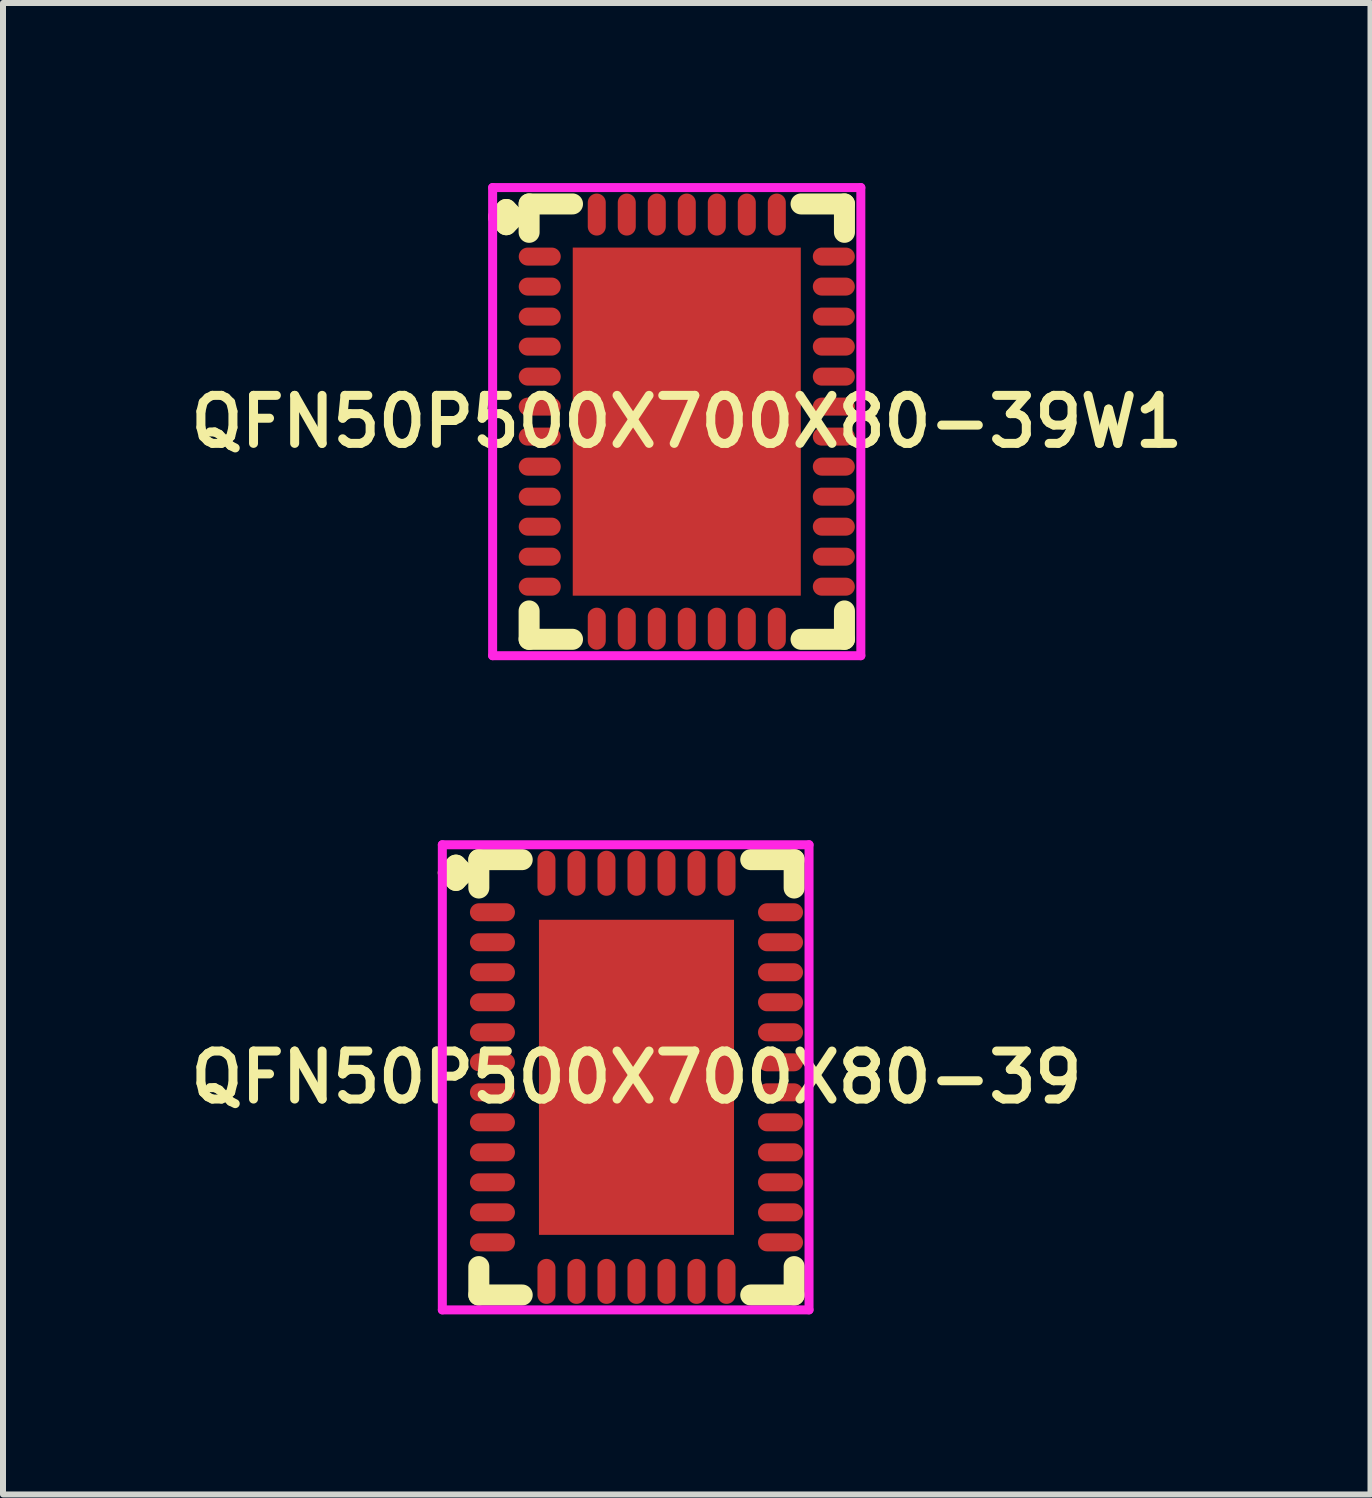
<source format=kicad_pcb>
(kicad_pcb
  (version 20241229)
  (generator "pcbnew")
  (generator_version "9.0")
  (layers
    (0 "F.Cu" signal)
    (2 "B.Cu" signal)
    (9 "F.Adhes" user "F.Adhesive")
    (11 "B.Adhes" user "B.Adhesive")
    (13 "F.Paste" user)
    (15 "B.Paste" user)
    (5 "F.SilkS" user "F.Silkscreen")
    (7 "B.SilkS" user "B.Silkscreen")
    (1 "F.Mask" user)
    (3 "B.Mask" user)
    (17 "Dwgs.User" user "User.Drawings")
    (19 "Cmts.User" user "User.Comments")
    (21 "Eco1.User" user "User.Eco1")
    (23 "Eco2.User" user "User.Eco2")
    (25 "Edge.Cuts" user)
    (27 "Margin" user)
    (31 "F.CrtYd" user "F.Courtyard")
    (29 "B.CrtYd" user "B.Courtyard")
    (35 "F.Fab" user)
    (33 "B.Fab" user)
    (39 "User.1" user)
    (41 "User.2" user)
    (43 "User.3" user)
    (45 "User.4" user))
  (footprint "QFN50P500X700X80-39W1"
    (layer "F.Cu")
    (at 8.393 3.975)
    (property "Reference" "QFN50P500X700X80-39W1" (at 0 0 0) (layer "F.SilkS") (effects (font (size 0.8 0.8) (thickness 0.15))))
    (attr through_hole)
    (fp_line (start -3.135 -3.408) (end -3.008 -3.535) (stroke (width 0.35) (type solid)) (layer "F.SilkS"))
    (fp_line (start -3.008 -3.535) (end -2.881 -3.408) (stroke (width 0.35) (type solid)) (layer "F.SilkS"))
    (fp_line (start -3.008 -3.281) (end -3.135 -3.408) (stroke (width 0.35) (type solid)) (layer "F.SilkS"))
    (fp_line (start -2.881 -3.408) (end -3.008 -3.281) (stroke (width 0.35) (type solid)) (layer "F.SilkS"))
    (fp_line (start -2.627 -3.627) (end -1.904 -3.627) (stroke (width 0.35) (type solid)) (layer "F.SilkS"))
    (fp_line (start -2.627 -3.154) (end -2.627 -3.627) (stroke (width 0.35) (type solid)) (layer "F.SilkS"))
    (fp_line (start -2.627 3.154) (end -2.627 3.627) (stroke (width 0.35) (type solid)) (layer "F.SilkS"))
    (fp_line (start -2.627 3.627) (end -1.904 3.627) (stroke (width 0.35) (type solid)) (layer "F.SilkS"))
    (fp_line (start 1.904 -3.627) (end 2.627 -3.627) (stroke (width 0.35) (type solid)) (layer "F.SilkS"))
    (fp_line (start 1.904 3.627) (end 2.627 3.627) (stroke (width 0.35) (type solid)) (layer "F.SilkS"))
    (fp_line (start 2.627 -3.627) (end 2.627 -3.154) (stroke (width 0.35) (type solid)) (layer "F.SilkS"))
    (fp_line (start 2.627 3.627) (end 2.627 3.154) (stroke (width 0.35) (type solid)) (layer "F.SilkS"))
    (fp_line (start -3.235 -3.9) (end 2.9 -3.9) (stroke (width 0.15) (type solid)) (layer "F.CrtYd"))
    (fp_line (start -3.235 3.9) (end -3.235 -3.9) (stroke (width 0.15) (type solid)) (layer "F.CrtYd"))
    (fp_line (start 2.9 -3.9) (end 2.9 3.9) (stroke (width 0.15) (type solid)) (layer "F.CrtYd"))
    (fp_line (start 2.9 3.9) (end -3.235 3.9) (stroke (width 0.15) (type solid)) (layer "F.CrtYd"))
    (pad "1" smd oval (at -2.45 -2.75) (size 0.7 0.3) (layers "F.Cu" "F.Mask" "F.Paste"))
    (pad "2" smd oval (at -2.45 -2.25) (size 0.7 0.3) (layers "F.Cu" "F.Mask" "F.Paste"))
    (pad "3" smd oval (at -2.45 -1.75) (size 0.7 0.3) (layers "F.Cu" "F.Mask" "F.Paste"))
    (pad "4" smd oval (at -2.45 -1.25) (size 0.7 0.3) (layers "F.Cu" "F.Mask" "F.Paste"))
    (pad "5" smd oval (at -2.45 -0.75) (size 0.7 0.3) (layers "F.Cu" "F.Mask" "F.Paste"))
    (pad "6" smd oval (at -2.45 -0.25) (size 0.7 0.3) (layers "F.Cu" "F.Mask" "F.Paste"))
    (pad "7" smd oval (at -2.45 0.25) (size 0.7 0.3) (layers "F.Cu" "F.Mask" "F.Paste"))
    (pad "8" smd oval (at -2.45 0.75) (size 0.7 0.3) (layers "F.Cu" "F.Mask" "F.Paste"))
    (pad "9" smd oval (at -2.45 1.25) (size 0.7 0.3) (layers "F.Cu" "F.Mask" "F.Paste"))
    (pad "10" smd oval (at -2.45 1.75) (size 0.7 0.3) (layers "F.Cu" "F.Mask" "F.Paste"))
    (pad "11" smd oval (at -2.45 2.25) (size 0.7 0.3) (layers "F.Cu" "F.Mask" "F.Paste"))
    (pad "12" smd oval (at -2.45 2.75) (size 0.7 0.3) (layers "F.Cu" "F.Mask" "F.Paste"))
    (pad "13" smd oval (at -1.5 3.45) (size 0.3 0.7) (layers "F.Cu" "F.Mask" "F.Paste"))
    (pad "14" smd oval (at -1 3.45) (size 0.3 0.7) (layers "F.Cu" "F.Mask" "F.Paste"))
    (pad "15" smd oval (at -0.5 3.45) (size 0.3 0.7) (layers "F.Cu" "F.Mask" "F.Paste"))
    (pad "16" smd oval (at 0 3.45) (size 0.3 0.7) (layers "F.Cu" "F.Mask" "F.Paste"))
    (pad "17" smd oval (at 0.5 3.45) (size 0.3 0.7) (layers "F.Cu" "F.Mask" "F.Paste"))
    (pad "18" smd oval (at 1 3.45) (size 0.3 0.7) (layers "F.Cu" "F.Mask" "F.Paste"))
    (pad "19" smd oval (at 1.5 3.45) (size 0.3 0.7) (layers "F.Cu" "F.Mask" "F.Paste"))
    (pad "20" smd oval (at 2.45 2.75) (size 0.7 0.3) (layers "F.Cu" "F.Mask" "F.Paste"))
    (pad "21" smd oval (at 2.45 2.25) (size 0.7 0.3) (layers "F.Cu" "F.Mask" "F.Paste"))
    (pad "22" smd oval (at 2.45 1.75) (size 0.7 0.3) (layers "F.Cu" "F.Mask" "F.Paste"))
    (pad "23" smd oval (at 2.45 1.25) (size 0.7 0.3) (layers "F.Cu" "F.Mask" "F.Paste"))
    (pad "24" smd oval (at 2.45 0.75) (size 0.7 0.3) (layers "F.Cu" "F.Mask" "F.Paste"))
    (pad "25" smd oval (at 2.45 0.25) (size 0.7 0.3) (layers "F.Cu" "F.Mask" "F.Paste"))
    (pad "26" smd oval (at 2.45 -0.25) (size 0.7 0.3) (layers "F.Cu" "F.Mask" "F.Paste"))
    (pad "27" smd oval (at 2.45 -0.75) (size 0.7 0.3) (layers "F.Cu" "F.Mask" "F.Paste"))
    (pad "28" smd oval (at 2.45 -1.25) (size 0.7 0.3) (layers "F.Cu" "F.Mask" "F.Paste"))
    (pad "29" smd oval (at 2.45 -1.75) (size 0.7 0.3) (layers "F.Cu" "F.Mask" "F.Paste"))
    (pad "30" smd oval (at 2.45 -2.25) (size 0.7 0.3) (layers "F.Cu" "F.Mask" "F.Paste"))
    (pad "31" smd oval (at 2.45 -2.75) (size 0.7 0.3) (layers "F.Cu" "F.Mask" "F.Paste"))
    (pad "32" smd oval (at 1.5 -3.45) (size 0.3 0.7) (layers "F.Cu" "F.Mask" "F.Paste"))
    (pad "33" smd oval (at 1 -3.45) (size 0.3 0.7) (layers "F.Cu" "F.Mask" "F.Paste"))
    (pad "34" smd oval (at 0.5 -3.45) (size 0.3 0.7) (layers "F.Cu" "F.Mask" "F.Paste"))
    (pad "35" smd oval (at 0 -3.45) (size 0.3 0.7) (layers "F.Cu" "F.Mask" "F.Paste"))
    (pad "36" smd oval (at -0.5 -3.45) (size 0.3 0.7) (layers "F.Cu" "F.Mask" "F.Paste"))
    (pad "37" smd oval (at -1 -3.45) (size 0.3 0.7) (layers "F.Cu" "F.Mask" "F.Paste"))
    (pad "38" smd oval (at -1.5 -3.45) (size 0.3 0.7) (layers "F.Cu" "F.Mask" "F.Paste"))
    (pad "39" smd rect (at 0 0) (size 3.8 5.8) (layers "F.Cu" "F.Mask" "F.Paste")))
  (footprint "QFN50P500X700X80-39"
    (layer "F.Cu")
    (at 7.555 14.9)
    (property "Reference" "QFN50P500X700X80-39" (at 0 0 0) (layer "F.SilkS") (effects (font (size 0.8 0.8) (thickness 0.15))))
    (attr through_hole)
    (fp_line (start -3.135 -3.408) (end -3.008 -3.535) (stroke (width 0.35) (type solid)) (layer "F.SilkS"))
    (fp_line (start -3.008 -3.535) (end -2.881 -3.408) (stroke (width 0.35) (type solid)) (layer "F.SilkS"))
    (fp_line (start -3.008 -3.281) (end -3.135 -3.408) (stroke (width 0.35) (type solid)) (layer "F.SilkS"))
    (fp_line (start -2.881 -3.408) (end -3.008 -3.281) (stroke (width 0.35) (type solid)) (layer "F.SilkS"))
    (fp_line (start -2.627 -3.627) (end -1.904 -3.627) (stroke (width 0.35) (type solid)) (layer "F.SilkS"))
    (fp_line (start -2.627 -3.154) (end -2.627 -3.627) (stroke (width 0.35) (type solid)) (layer "F.SilkS"))
    (fp_line (start -2.627 3.154) (end -2.627 3.627) (stroke (width 0.35) (type solid)) (layer "F.SilkS"))
    (fp_line (start -2.627 3.627) (end -1.904 3.627) (stroke (width 0.35) (type solid)) (layer "F.SilkS"))
    (fp_line (start 1.904 -3.627) (end 2.627 -3.627) (stroke (width 0.35) (type solid)) (layer "F.SilkS"))
    (fp_line (start 1.904 3.627) (end 2.627 3.627) (stroke (width 0.35) (type solid)) (layer "F.SilkS"))
    (fp_line (start 2.627 -3.627) (end 2.627 -3.154) (stroke (width 0.35) (type solid)) (layer "F.SilkS"))
    (fp_line (start 2.627 3.627) (end 2.627 3.154) (stroke (width 0.35) (type solid)) (layer "F.SilkS"))
    (fp_line (start -3.235 -3.875) (end 2.875 -3.875) (stroke (width 0.15) (type solid)) (layer "F.CrtYd"))
    (fp_line (start -3.235 3.875) (end -3.235 -3.875) (stroke (width 0.15) (type solid)) (layer "F.CrtYd"))
    (fp_line (start 2.875 -3.875) (end 2.875 3.875) (stroke (width 0.15) (type solid)) (layer "F.CrtYd"))
    (fp_line (start 2.875 3.875) (end -3.235 3.875) (stroke (width 0.15) (type solid)) (layer "F.CrtYd"))
    (pad "1" smd oval (at -2.4 -2.75) (size 0.75 0.3) (layers "F.Cu" "F.Mask" "F.Paste"))
    (pad "2" smd oval (at -2.4 -2.25) (size 0.75 0.3) (layers "F.Cu" "F.Mask" "F.Paste"))
    (pad "3" smd oval (at -2.4 -1.75) (size 0.75 0.3) (layers "F.Cu" "F.Mask" "F.Paste"))
    (pad "4" smd oval (at -2.4 -1.25) (size 0.75 0.3) (layers "F.Cu" "F.Mask" "F.Paste"))
    (pad "5" smd oval (at -2.4 -0.75) (size 0.75 0.3) (layers "F.Cu" "F.Mask" "F.Paste"))
    (pad "6" smd oval (at -2.4 -0.25) (size 0.75 0.3) (layers "F.Cu" "F.Mask" "F.Paste"))
    (pad "7" smd oval (at -2.4 0.25) (size 0.75 0.3) (layers "F.Cu" "F.Mask" "F.Paste"))
    (pad "8" smd oval (at -2.4 0.75) (size 0.75 0.3) (layers "F.Cu" "F.Mask" "F.Paste"))
    (pad "9" smd oval (at -2.4 1.25) (size 0.75 0.3) (layers "F.Cu" "F.Mask" "F.Paste"))
    (pad "10" smd oval (at -2.4 1.75) (size 0.75 0.3) (layers "F.Cu" "F.Mask" "F.Paste"))
    (pad "11" smd oval (at -2.4 2.25) (size 0.75 0.3) (layers "F.Cu" "F.Mask" "F.Paste"))
    (pad "12" smd oval (at -2.4 2.75) (size 0.75 0.3) (layers "F.Cu" "F.Mask" "F.Paste"))
    (pad "13" smd oval (at -1.5 3.4) (size 0.3 0.75) (layers "F.Cu" "F.Mask" "F.Paste"))
    (pad "14" smd oval (at -1 3.4) (size 0.3 0.75) (layers "F.Cu" "F.Mask" "F.Paste"))
    (pad "15" smd oval (at -0.5 3.4) (size 0.3 0.75) (layers "F.Cu" "F.Mask" "F.Paste"))
    (pad "16" smd oval (at 0 3.4) (size 0.3 0.75) (layers "F.Cu" "F.Mask" "F.Paste"))
    (pad "17" smd oval (at 0.5 3.4) (size 0.3 0.75) (layers "F.Cu" "F.Mask" "F.Paste"))
    (pad "18" smd oval (at 1 3.4) (size 0.3 0.75) (layers "F.Cu" "F.Mask" "F.Paste"))
    (pad "19" smd oval (at 1.5 3.4) (size 0.3 0.75) (layers "F.Cu" "F.Mask" "F.Paste"))
    (pad "20" smd oval (at 2.4 2.75) (size 0.75 0.3) (layers "F.Cu" "F.Mask" "F.Paste"))
    (pad "21" smd oval (at 2.4 2.25) (size 0.75 0.3) (layers "F.Cu" "F.Mask" "F.Paste"))
    (pad "22" smd oval (at 2.4 1.75) (size 0.75 0.3) (layers "F.Cu" "F.Mask" "F.Paste"))
    (pad "23" smd oval (at 2.4 1.25) (size 0.75 0.3) (layers "F.Cu" "F.Mask" "F.Paste"))
    (pad "24" smd oval (at 2.4 0.75) (size 0.75 0.3) (layers "F.Cu" "F.Mask" "F.Paste"))
    (pad "25" smd oval (at 2.4 0.25) (size 0.75 0.3) (layers "F.Cu" "F.Mask" "F.Paste"))
    (pad "26" smd oval (at 2.4 -0.25) (size 0.75 0.3) (layers "F.Cu" "F.Mask" "F.Paste"))
    (pad "27" smd oval (at 2.4 -0.75) (size 0.75 0.3) (layers "F.Cu" "F.Mask" "F.Paste"))
    (pad "28" smd oval (at 2.4 -1.25) (size 0.75 0.3) (layers "F.Cu" "F.Mask" "F.Paste"))
    (pad "29" smd oval (at 2.4 -1.75) (size 0.75 0.3) (layers "F.Cu" "F.Mask" "F.Paste"))
    (pad "30" smd oval (at 2.4 -2.25) (size 0.75 0.3) (layers "F.Cu" "F.Mask" "F.Paste"))
    (pad "31" smd oval (at 2.4 -2.75) (size 0.75 0.3) (layers "F.Cu" "F.Mask" "F.Paste"))
    (pad "32" smd oval (at 1.5 -3.4) (size 0.3 0.75) (layers "F.Cu" "F.Mask" "F.Paste"))
    (pad "33" smd oval (at 1 -3.4) (size 0.3 0.75) (layers "F.Cu" "F.Mask" "F.Paste"))
    (pad "34" smd oval (at 0.5 -3.4) (size 0.3 0.75) (layers "F.Cu" "F.Mask" "F.Paste"))
    (pad "35" smd oval (at 0 -3.4) (size 0.3 0.75) (layers "F.Cu" "F.Mask" "F.Paste"))
    (pad "36" smd oval (at -0.5 -3.4) (size 0.3 0.75) (layers "F.Cu" "F.Mask" "F.Paste"))
    (pad "37" smd oval (at -1 -3.4) (size 0.3 0.75) (layers "F.Cu" "F.Mask" "F.Paste"))
    (pad "38" smd oval (at -1.5 -3.4) (size 0.3 0.75) (layers "F.Cu" "F.Mask" "F.Paste"))
    (pad "39" smd rect (at 0 0) (size 3.25 5.25) (layers "F.Cu" "F.Mask" "F.Paste")))
  (gr_rect
    (start -3 -3)
    (end 19.785 21.85)
    (stroke (width 0.1) (type default))
    (fill no)
    (layer "Edge.Cuts")))
</source>
